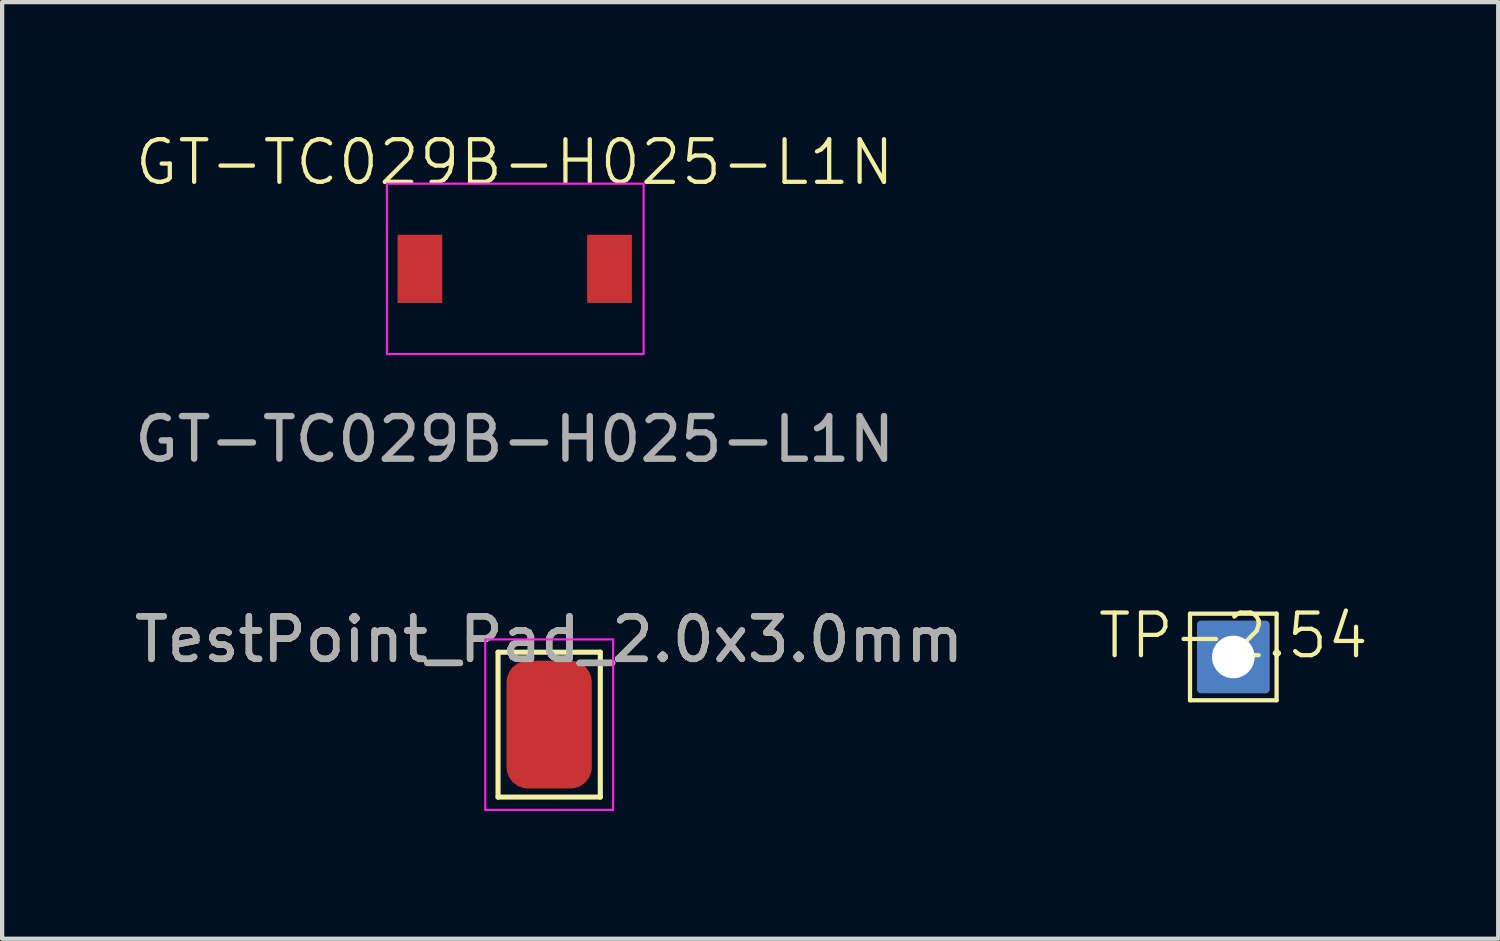
<source format=kicad_pcb>
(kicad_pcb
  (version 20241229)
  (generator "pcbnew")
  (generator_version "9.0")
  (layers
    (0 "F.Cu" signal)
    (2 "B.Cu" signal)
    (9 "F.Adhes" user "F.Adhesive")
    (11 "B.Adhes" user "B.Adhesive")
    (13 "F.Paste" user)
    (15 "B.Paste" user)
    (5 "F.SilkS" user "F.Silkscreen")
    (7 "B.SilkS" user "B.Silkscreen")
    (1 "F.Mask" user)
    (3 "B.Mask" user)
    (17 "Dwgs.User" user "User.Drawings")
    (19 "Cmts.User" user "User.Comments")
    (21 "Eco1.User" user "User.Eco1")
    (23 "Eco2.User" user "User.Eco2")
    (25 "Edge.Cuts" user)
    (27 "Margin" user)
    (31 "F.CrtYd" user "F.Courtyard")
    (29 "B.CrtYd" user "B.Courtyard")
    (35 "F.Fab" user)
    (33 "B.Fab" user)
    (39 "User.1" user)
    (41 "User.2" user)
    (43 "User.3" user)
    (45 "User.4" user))
  (footprint "GT-TC029B-H025-L1N"
    (layer "F.Cu")
    (at 9.03 3.26)
    (property "Reference" "GT-TC029B-H025-L1N" (at 0 -2.5 0) (unlocked yes) (layer "F.SilkS") (effects (font (size 1 1) (thickness 0.1))))
    (attr smd)
    (fp_rect (start -3 -2) (end 3.025 2) (stroke (width 0.05) (type default)) (fill no) (layer "F.CrtYd"))
    (fp_text user "${REFERENCE}" (at 0 4 0) (unlocked yes) (layer "F.Fab") (effects (font (size 1 1) (thickness 0.15))))
    (pad "1" smd rect (at -2.225 0 90) (size 1.6 1.05) (layers "F.Cu" "F.Mask" "F.Paste"))
    (pad "2" smd rect (at 2.225 0 90) (size 1.6 1.05) (layers "F.Cu" "F.Mask" "F.Paste")))
  (footprint "TP-2.54"
    (layer "F.Cu")
    (at 25.895 12.369)
    (property "Reference" "TP-2.54" (at 0 -0.5 0) (unlocked yes) (layer "F.SilkS") (effects (font (size 1 1) (thickness 0.1))))
    (attr through_hole)
    (fp_line (start -1.016 -1.016) (end 1.016 -1.016) (stroke (width 0.1) (type default)) (layer "F.SilkS"))
    (fp_line (start -1.016 1.016) (end -1.016 -1.016) (stroke (width 0.1) (type default)) (layer "F.SilkS"))
    (fp_line (start 1.016 -1.016) (end 1.016 1.016) (stroke (width 0.1) (type default)) (layer "F.SilkS"))
    (fp_line (start 1.016 1.016) (end -1.016 1.016) (stroke (width 0.1) (type default)) (layer "F.SilkS"))
    (pad "1" thru_hole roundrect (at 0 0) (size 1.7 1.7) (drill 1) (layers "*.Cu" "*.Mask") (roundrect_rratio 0.05)))
  (footprint "TestPoint_Pad_2.0x3.0mm"
    (layer "F.Cu")
    (at 9.839 13.957)
    (property "Reference" "TestPoint_Pad_2.0x3.0mm" (at 0 -1.998 0) (layer "F.SilkS") (effects (font (size 1 1) (thickness 0.15))))
    (attr exclude_from_pos_files exclude_from_bom)
    (fp_line (start -1.2 -1.7) (end 1.2 -1.7) (stroke (width 0.12) (type solid)) (layer "F.SilkS"))
    (fp_line (start -1.2 1.7) (end -1.2 -1.7) (stroke (width 0.12) (type solid)) (layer "F.SilkS"))
    (fp_line (start 1.2 -1.7) (end 1.2 1.7) (stroke (width 0.12) (type solid)) (layer "F.SilkS"))
    (fp_line (start 1.2 1.7) (end -1.2 1.7) (stroke (width 0.12) (type solid)) (layer "F.SilkS"))
    (fp_line (start -1.5 -2) (end -1.5 2) (stroke (width 0.05) (type solid)) (layer "F.CrtYd"))
    (fp_line (start -1.5 -2) (end 1.5 -2) (stroke (width 0.05) (type solid)) (layer "F.CrtYd"))
    (fp_line (start 1.5 2) (end -1.5 2) (stroke (width 0.05) (type solid)) (layer "F.CrtYd"))
    (fp_line (start 1.5 2) (end 1.5 -2) (stroke (width 0.05) (type solid)) (layer "F.CrtYd"))
    (fp_text user "${REFERENCE}" (at 0 -2 0) (layer "F.Fab") (effects (font (size 1 1) (thickness 0.15))))
    (pad "1" smd roundrect (at 0 0) (size 2 3) (layers "F.Cu" "F.Mask") (roundrect_rratio 0.25)))
  (gr_rect
    (start -3 -3)
    (end 32.112 18.982)
    (stroke (width 0.1) (type default))
    (fill no)
    (layer "Edge.Cuts")))
</source>
